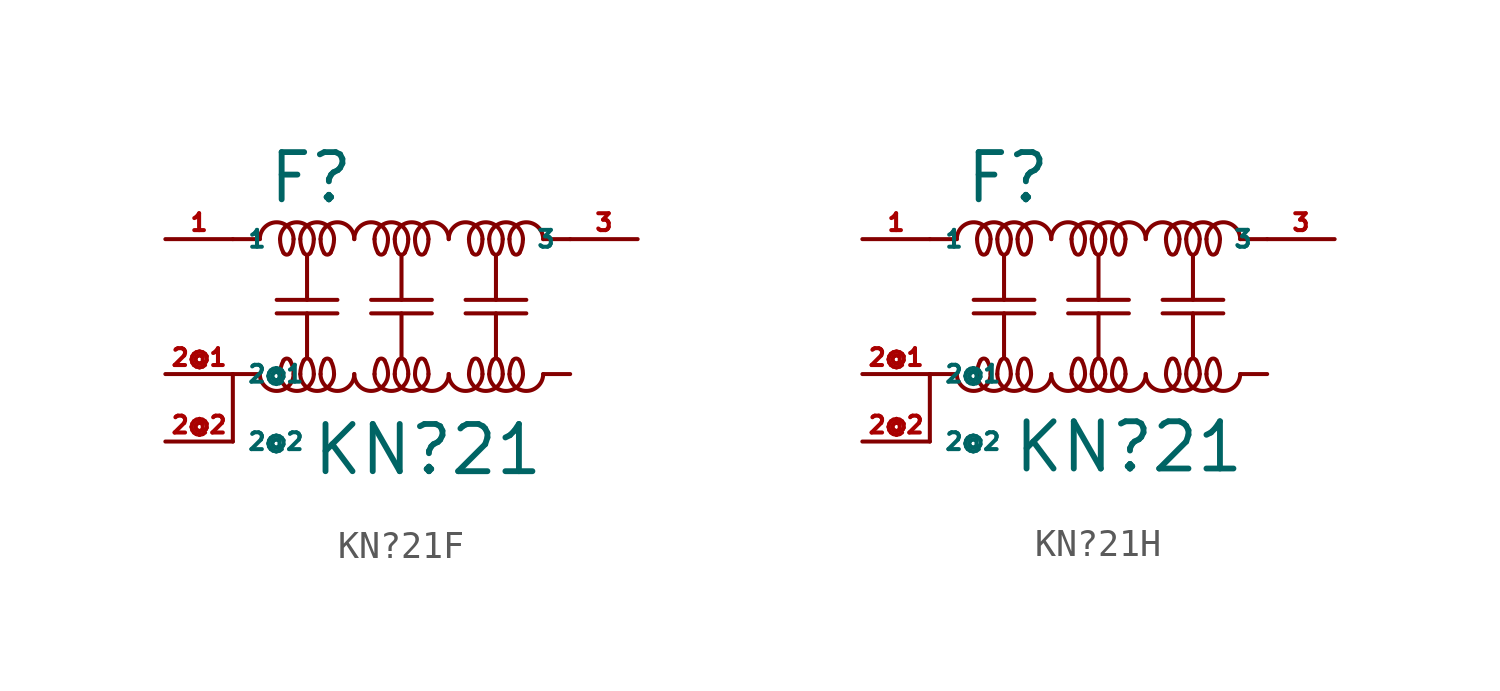
<source format=kicad_sym>
(kicad_symbol_lib
  (version 20220914)
  (generator kicad_symbol_editor)
  (symbol "KN?21F"
    (property "Reference" "F"
      (at -6.35 3.81 0)
      (effects (font (size 1.778 1.778) (thickness 0.22)) (justify left bottom)))
    (property "Value" "KN?21"
      (at -4.699 -6.426 0)
      (effects (font (size 1.778 1.778) (thickness 0.22)) (justify left bottom)))
    (symbol "KN?21F_1_1"
      (arc (start -6.604 -2.54) (mid -5.969 -3.1723) (end -5.334 -2.54) (stroke (width 0.1524) (type default)) (fill (type none)))
      (arc (start -5.842 -2.54) (mid -5.207 -3.1723) (end -4.572 -2.54) (stroke (width 0.1524) (type default)) (fill (type none)))
      (arc (start -5.842 2.54) (mid -5.81 2.278) (end -5.715 2.032) (stroke (width 0.1524) (type default)) (fill (type none)))
      (arc (start -5.715 -2.032) (mid -5.81 -2.278) (end -5.842 -2.54) (stroke (width 0.1524) (type default)) (fill (type none)))
      (arc (start -5.715 2.032) (mid -5.588 1.956) (end -5.461 2.032) (stroke (width 0.1524) (type default)) (fill (type none)))
      (arc (start -5.461 -2.032) (mid -5.588 -1.956) (end -5.715 -2.032) (stroke (width 0.1524) (type default)) (fill (type none)))
      (arc (start -5.461 2.032) (mid -5.366 2.278) (end -5.334 2.54) (stroke (width 0.1524) (type default)) (fill (type none)))
      (arc (start -5.334 -2.54) (mid -5.366 -2.278) (end -5.461 -2.032) (stroke (width 0.1524) (type default)) (fill (type none)))
      (arc (start -5.334 2.54) (mid -5.969 3.1723) (end -6.604 2.54) (stroke (width 0.1524) (type default)) (fill (type none)))
      (arc (start -5.08 -2.54) (mid -4.445 -3.1723) (end -3.81 -2.54) (stroke (width 0.1524) (type default)) (fill (type none)))
      (arc (start -5.08 2.54) (mid -5.048 2.278) (end -4.953 2.032) (stroke (width 0.1524) (type default)) (fill (type none)))
      (arc (start -4.953 -2.032) (mid -5.048 -2.278) (end -5.08 -2.54) (stroke (width 0.1524) (type default)) (fill (type none)))
      (arc (start -4.953 2.032) (mid -4.826 1.956) (end -4.699 2.032) (stroke (width 0.1524) (type default)) (fill (type none)))
      (arc (start -4.699 -2.032) (mid -4.826 -1.956) (end -4.953 -2.032) (stroke (width 0.1524) (type default)) (fill (type none)))
      (arc (start -4.699 2.032) (mid -4.604 2.278) (end -4.572 2.54) (stroke (width 0.1524) (type default)) (fill (type none)))
      (arc (start -4.572 -2.54) (mid -4.604 -2.278) (end -4.699 -2.032) (stroke (width 0.1524) (type default)) (fill (type none)))
      (arc (start -4.572 2.54) (mid -5.207 3.1723) (end -5.842 2.54) (stroke (width 0.1524) (type default)) (fill (type none)))
      (arc (start -4.318 -2.54) (mid -3.683 -3.1723) (end -3.048 -2.54) (stroke (width 0.1524) (type default)) (fill (type none)))
      (arc (start -4.318 2.54) (mid -4.286 2.278) (end -4.191 2.032) (stroke (width 0.1524) (type default)) (fill (type none)))
      (arc (start -4.191 -2.032) (mid -4.286 -2.278) (end -4.318 -2.54) (stroke (width 0.1524) (type default)) (fill (type none)))
      (arc (start -4.191 2.032) (mid -4.064 1.956) (end -3.937 2.032) (stroke (width 0.1524) (type default)) (fill (type none)))
      (arc (start -3.937 -2.032) (mid -4.064 -1.956) (end -4.191 -2.032) (stroke (width 0.1524) (type default)) (fill (type none)))
      (arc (start -3.937 2.032) (mid -3.842 2.278) (end -3.81 2.54) (stroke (width 0.1524) (type default)) (fill (type none)))
      (arc (start -3.81 -2.54) (mid -3.842 -2.278) (end -3.937 -2.032) (stroke (width 0.1524) (type default)) (fill (type none)))
      (arc (start -3.81 2.54) (mid -4.445 3.1723) (end -5.08 2.54) (stroke (width 0.1524) (type default)) (fill (type none)))
      (arc (start -3.048 -2.54) (mid -2.413 -3.1723) (end -1.778 -2.54) (stroke (width 0.1524) (type default)) (fill (type none)))
      (arc (start -3.048 2.54) (mid -3.683 3.1723) (end -4.318 2.54) (stroke (width 0.1524) (type default)) (fill (type none)))
      (arc (start -2.286 -2.54) (mid -1.651 -3.1723) (end -1.016 -2.54) (stroke (width 0.1524) (type default)) (fill (type none)))
      (arc (start -2.286 2.54) (mid -2.254 2.278) (end -2.159 2.032) (stroke (width 0.1524) (type default)) (fill (type none)))
      (arc (start -2.159 -2.032) (mid -2.254 -2.278) (end -2.286 -2.54) (stroke (width 0.1524) (type default)) (fill (type none)))
      (arc (start -2.159 2.032) (mid -2.032 1.956) (end -1.905 2.032) (stroke (width 0.1524) (type default)) (fill (type none)))
      (arc (start -1.905 -2.032) (mid -2.032 -1.956) (end -2.159 -2.032) (stroke (width 0.1524) (type default)) (fill (type none)))
      (arc (start -1.905 2.032) (mid -1.81 2.278) (end -1.778 2.54) (stroke (width 0.1524) (type default)) (fill (type none)))
      (arc (start -1.778 -2.54) (mid -1.81 -2.278) (end -1.905 -2.032) (stroke (width 0.1524) (type default)) (fill (type none)))
      (arc (start -1.778 2.54) (mid -2.413 3.1723) (end -3.048 2.54) (stroke (width 0.1524) (type default)) (fill (type none)))
      (arc (start -1.524 -2.54) (mid -0.889 -3.1723) (end -0.254 -2.54) (stroke (width 0.1524) (type default)) (fill (type none)))
      (arc (start -1.524 2.54) (mid -1.492 2.278) (end -1.397 2.032) (stroke (width 0.1524) (type default)) (fill (type none)))
      (arc (start -1.397 -2.032) (mid -1.492 -2.278) (end -1.524 -2.54) (stroke (width 0.1524) (type default)) (fill (type none)))
      (arc (start -1.397 2.032) (mid -1.27 1.956) (end -1.143 2.032) (stroke (width 0.1524) (type default)) (fill (type none)))
      (arc (start -1.143 -2.032) (mid -1.27 -1.956) (end -1.397 -2.032) (stroke (width 0.1524) (type default)) (fill (type none)))
      (arc (start -1.143 2.032) (mid -1.048 2.278) (end -1.016 2.54) (stroke (width 0.1524) (type default)) (fill (type none)))
      (arc (start -1.016 -2.54) (mid -1.048 -2.278) (end -1.143 -2.032) (stroke (width 0.1524) (type default)) (fill (type none)))
      (arc (start -1.016 2.54) (mid -1.651 3.1723) (end -2.286 2.54) (stroke (width 0.1524) (type default)) (fill (type none)))
      (arc (start -0.762 -2.54) (mid -0.127 -3.1723) (end 0.508 -2.54) (stroke (width 0.1524) (type default)) (fill (type none)))
      (arc (start -0.762 2.54) (mid -0.73 2.278) (end -0.635 2.032) (stroke (width 0.1524) (type default)) (fill (type none)))
      (arc (start -0.635 -2.032) (mid -0.73 -2.278) (end -0.762 -2.54) (stroke (width 0.1524) (type default)) (fill (type none)))
      (arc (start -0.635 2.032) (mid -0.508 1.956) (end -0.381 2.032) (stroke (width 0.1524) (type default)) (fill (type none)))
      (arc (start -0.381 -2.032) (mid -0.508 -1.956) (end -0.635 -2.032) (stroke (width 0.1524) (type default)) (fill (type none)))
      (arc (start -0.381 2.032) (mid -0.286 2.278) (end -0.254 2.54) (stroke (width 0.1524) (type default)) (fill (type none)))
      (arc (start -0.254 -2.54) (mid -0.286 -2.278) (end -0.381 -2.032) (stroke (width 0.1524) (type default)) (fill (type none)))
      (arc (start -0.254 2.54) (mid -0.889 3.1723) (end -1.524 2.54) (stroke (width 0.1524) (type default)) (fill (type none)))
      (polyline (pts (xy -7.62 -2.54) (xy -7.62 -5.08)) (stroke (width 0.152) (type default)) (fill (type none)))
      (polyline (pts (xy -6.604 -2.54) (xy -7.62 -2.54)) (stroke (width 0.152) (type default)) (fill (type none)))
      (polyline (pts (xy -6.604 2.54) (xy -7.62 2.54)) (stroke (width 0.152) (type default)) (fill (type none)))
      (polyline (pts (xy -5.969 0.254) (xy -3.683 0.254)) (stroke (width 0.152) (type default)) (fill (type none)))
      (polyline (pts (xy -4.826 -1.905) (xy -4.826 -0.254)) (stroke (width 0.152) (type default)) (fill (type none)))
      (polyline (pts (xy -4.826 1.905) (xy -4.826 0.254)) (stroke (width 0.152) (type default)) (fill (type none)))
      (polyline (pts (xy -3.683 -0.254) (xy -5.969 -0.254)) (stroke (width 0.152) (type default)) (fill (type none)))
      (polyline (pts (xy -2.413 0.254) (xy -0.127 0.254)) (stroke (width 0.152) (type default)) (fill (type none)))
      (polyline (pts (xy -1.27 -1.905) (xy -1.27 -0.254)) (stroke (width 0.152) (type default)) (fill (type none)))
      (polyline (pts (xy -1.27 1.905) (xy -1.27 0.254)) (stroke (width 0.152) (type default)) (fill (type none)))
      (polyline (pts (xy -0.127 -0.254) (xy -2.413 -0.254)) (stroke (width 0.152) (type default)) (fill (type none)))
      (polyline (pts (xy 1.143 0.254) (xy 3.429 0.254)) (stroke (width 0.152) (type default)) (fill (type none)))
      (polyline (pts (xy 2.286 -1.905) (xy 2.286 -0.254)) (stroke (width 0.152) (type default)) (fill (type none)))
      (polyline (pts (xy 2.286 1.905) (xy 2.286 0.254)) (stroke (width 0.152) (type default)) (fill (type none)))
      (polyline (pts (xy 3.429 -0.254) (xy 1.143 -0.254)) (stroke (width 0.152) (type default)) (fill (type none)))
      (polyline (pts (xy 4.064 -2.54) (xy 5.08 -2.54)) (stroke (width 0.152) (type default)) (fill (type none)))
      (polyline (pts (xy 4.064 2.54) (xy 5.08 2.54)) (stroke (width 0.152) (type default)) (fill (type none)))
      (arc (start 0.508 -2.54) (mid 1.143 -3.1723) (end 1.778 -2.54) (stroke (width 0.1524) (type default)) (fill (type none)))
      (arc (start 0.508 2.54) (mid -0.127 3.1723) (end -0.762 2.54) (stroke (width 0.1524) (type default)) (fill (type none)))
      (arc (start 1.27 -2.54) (mid 1.905 -3.1723) (end 2.54 -2.54) (stroke (width 0.1524) (type default)) (fill (type none)))
      (arc (start 1.27 2.54) (mid 1.302 2.278) (end 1.397 2.032) (stroke (width 0.1524) (type default)) (fill (type none)))
      (arc (start 1.397 -2.032) (mid 1.302 -2.278) (end 1.27 -2.54) (stroke (width 0.1524) (type default)) (fill (type none)))
      (arc (start 1.397 2.032) (mid 1.524 1.956) (end 1.651 2.032) (stroke (width 0.1524) (type default)) (fill (type none)))
      (arc (start 1.651 -2.032) (mid 1.524 -1.956) (end 1.397 -2.032) (stroke (width 0.1524) (type default)) (fill (type none)))
      (arc (start 1.651 2.032) (mid 1.746 2.278) (end 1.778 2.54) (stroke (width 0.1524) (type default)) (fill (type none)))
      (arc (start 1.778 -2.54) (mid 1.746 -2.278) (end 1.651 -2.032) (stroke (width 0.1524) (type default)) (fill (type none)))
      (arc (start 1.778 2.54) (mid 1.143 3.1723) (end 0.508 2.54) (stroke (width 0.1524) (type default)) (fill (type none)))
      (arc (start 2.032 -2.54) (mid 2.667 -3.1723) (end 3.302 -2.54) (stroke (width 0.1524) (type default)) (fill (type none)))
      (arc (start 2.032 2.54) (mid 2.064 2.278) (end 2.159 2.032) (stroke (width 0.1524) (type default)) (fill (type none)))
      (arc (start 2.159 -2.032) (mid 2.064 -2.278) (end 2.032 -2.54) (stroke (width 0.1524) (type default)) (fill (type none)))
      (arc (start 2.159 2.032) (mid 2.286 1.956) (end 2.413 2.032) (stroke (width 0.1524) (type default)) (fill (type none)))
      (arc (start 2.413 -2.032) (mid 2.286 -1.956) (end 2.159 -2.032) (stroke (width 0.1524) (type default)) (fill (type none)))
      (arc (start 2.413 2.032) (mid 2.508 2.278) (end 2.54 2.54) (stroke (width 0.1524) (type default)) (fill (type none)))
      (arc (start 2.54 -2.54) (mid 2.508 -2.278) (end 2.413 -2.032) (stroke (width 0.1524) (type default)) (fill (type none)))
      (arc (start 2.54 2.54) (mid 1.905 3.1723) (end 1.27 2.54) (stroke (width 0.1524) (type default)) (fill (type none)))
      (arc (start 2.794 -2.54) (mid 3.429 -3.1723) (end 4.064 -2.54) (stroke (width 0.1524) (type default)) (fill (type none)))
      (arc (start 2.794 2.54) (mid 2.826 2.278) (end 2.921 2.032) (stroke (width 0.1524) (type default)) (fill (type none)))
      (arc (start 2.921 -2.032) (mid 2.826 -2.278) (end 2.794 -2.54) (stroke (width 0.1524) (type default)) (fill (type none)))
      (arc (start 2.921 2.032) (mid 3.048 1.956) (end 3.175 2.032) (stroke (width 0.1524) (type default)) (fill (type none)))
      (arc (start 3.175 -2.032) (mid 3.048 -1.956) (end 2.921 -2.032) (stroke (width 0.1524) (type default)) (fill (type none)))
      (arc (start 3.175 2.032) (mid 3.27 2.278) (end 3.302 2.54) (stroke (width 0.1524) (type default)) (fill (type none)))
      (arc (start 3.302 -2.54) (mid 3.27 -2.278) (end 3.175 -2.032) (stroke (width 0.1524) (type default)) (fill (type none)))
      (arc (start 3.302 2.54) (mid 2.667 3.1723) (end 2.032 2.54) (stroke (width 0.1524) (type default)) (fill (type none)))
      (arc (start 4.064 2.54) (mid 3.429 3.1723) (end 2.794 2.54) (stroke (width 0.1524) (type default)) (fill (type none)))
      (pin passive line (at -10.16 2.54 0) (length 2.54) (name "1" (effects (font (size 0.635 0.635)))) (number "1" (effects (font (size 0.635 0.635)))))
      (pin passive line (at -10.16 -2.54 0) (length 2.54) (name "2@1" (effects (font (size 0.635 0.635)))) (number "2@1" (effects (font (size 0.635 0.635)))))
      (pin passive line (at -10.16 -5.08 0) (length 2.54) (name "2@2" (effects (font (size 0.635 0.635)))) (number "2@2" (effects (font (size 0.635 0.635)))))
      (pin passive line (at 7.62 2.54 180) (length 2.54) (name "3" (effects (font (size 0.635 0.635)))) (number "3" (effects (font (size 0.635 0.635)))))))
  (symbol "KN?21H"
    (property "Reference" "F"
      (at -6.35 3.81 0)
      (effects (font (size 1.778 1.778) (thickness 0.22)) (justify left bottom)))
    (property "Value" "KN?21"
      (at -4.547 -6.325 0)
      (effects (font (size 1.778 1.778) (thickness 0.22)) (justify left bottom)))
    (symbol "KN?21H_1_1"
      (arc (start -6.604 -2.54) (mid -5.969 -3.1723) (end -5.334 -2.54) (stroke (width 0.1524) (type default)) (fill (type none)))
      (arc (start -5.842 -2.54) (mid -5.207 -3.1723) (end -4.572 -2.54) (stroke (width 0.1524) (type default)) (fill (type none)))
      (arc (start -5.842 2.54) (mid -5.81 2.278) (end -5.715 2.032) (stroke (width 0.1524) (type default)) (fill (type none)))
      (arc (start -5.715 -2.032) (mid -5.81 -2.278) (end -5.842 -2.54) (stroke (width 0.1524) (type default)) (fill (type none)))
      (arc (start -5.715 2.032) (mid -5.588 1.956) (end -5.461 2.032) (stroke (width 0.1524) (type default)) (fill (type none)))
      (arc (start -5.461 -2.032) (mid -5.588 -1.956) (end -5.715 -2.032) (stroke (width 0.1524) (type default)) (fill (type none)))
      (arc (start -5.461 2.032) (mid -5.366 2.278) (end -5.334 2.54) (stroke (width 0.1524) (type default)) (fill (type none)))
      (arc (start -5.334 -2.54) (mid -5.366 -2.278) (end -5.461 -2.032) (stroke (width 0.1524) (type default)) (fill (type none)))
      (arc (start -5.334 2.54) (mid -5.969 3.1723) (end -6.604 2.54) (stroke (width 0.1524) (type default)) (fill (type none)))
      (arc (start -5.08 -2.54) (mid -4.445 -3.1723) (end -3.81 -2.54) (stroke (width 0.1524) (type default)) (fill (type none)))
      (arc (start -5.08 2.54) (mid -5.048 2.278) (end -4.953 2.032) (stroke (width 0.1524) (type default)) (fill (type none)))
      (arc (start -4.953 -2.032) (mid -5.048 -2.278) (end -5.08 -2.54) (stroke (width 0.1524) (type default)) (fill (type none)))
      (arc (start -4.953 2.032) (mid -4.826 1.956) (end -4.699 2.032) (stroke (width 0.1524) (type default)) (fill (type none)))
      (arc (start -4.699 -2.032) (mid -4.826 -1.956) (end -4.953 -2.032) (stroke (width 0.1524) (type default)) (fill (type none)))
      (arc (start -4.699 2.032) (mid -4.604 2.278) (end -4.572 2.54) (stroke (width 0.1524) (type default)) (fill (type none)))
      (arc (start -4.572 -2.54) (mid -4.604 -2.278) (end -4.699 -2.032) (stroke (width 0.1524) (type default)) (fill (type none)))
      (arc (start -4.572 2.54) (mid -5.207 3.1723) (end -5.842 2.54) (stroke (width 0.1524) (type default)) (fill (type none)))
      (arc (start -4.318 -2.54) (mid -3.683 -3.1723) (end -3.048 -2.54) (stroke (width 0.1524) (type default)) (fill (type none)))
      (arc (start -4.318 2.54) (mid -4.286 2.278) (end -4.191 2.032) (stroke (width 0.1524) (type default)) (fill (type none)))
      (arc (start -4.191 -2.032) (mid -4.286 -2.278) (end -4.318 -2.54) (stroke (width 0.1524) (type default)) (fill (type none)))
      (arc (start -4.191 2.032) (mid -4.064 1.956) (end -3.937 2.032) (stroke (width 0.1524) (type default)) (fill (type none)))
      (arc (start -3.937 -2.032) (mid -4.064 -1.956) (end -4.191 -2.032) (stroke (width 0.1524) (type default)) (fill (type none)))
      (arc (start -3.937 2.032) (mid -3.842 2.278) (end -3.81 2.54) (stroke (width 0.1524) (type default)) (fill (type none)))
      (arc (start -3.81 -2.54) (mid -3.842 -2.278) (end -3.937 -2.032) (stroke (width 0.1524) (type default)) (fill (type none)))
      (arc (start -3.81 2.54) (mid -4.445 3.1723) (end -5.08 2.54) (stroke (width 0.1524) (type default)) (fill (type none)))
      (arc (start -3.048 -2.54) (mid -2.413 -3.1723) (end -1.778 -2.54) (stroke (width 0.1524) (type default)) (fill (type none)))
      (arc (start -3.048 2.54) (mid -3.683 3.1723) (end -4.318 2.54) (stroke (width 0.1524) (type default)) (fill (type none)))
      (arc (start -2.286 -2.54) (mid -1.651 -3.1723) (end -1.016 -2.54) (stroke (width 0.1524) (type default)) (fill (type none)))
      (arc (start -2.286 2.54) (mid -2.254 2.278) (end -2.159 2.032) (stroke (width 0.1524) (type default)) (fill (type none)))
      (arc (start -2.159 -2.032) (mid -2.254 -2.278) (end -2.286 -2.54) (stroke (width 0.1524) (type default)) (fill (type none)))
      (arc (start -2.159 2.032) (mid -2.032 1.956) (end -1.905 2.032) (stroke (width 0.1524) (type default)) (fill (type none)))
      (arc (start -1.905 -2.032) (mid -2.032 -1.956) (end -2.159 -2.032) (stroke (width 0.1524) (type default)) (fill (type none)))
      (arc (start -1.905 2.032) (mid -1.81 2.278) (end -1.778 2.54) (stroke (width 0.1524) (type default)) (fill (type none)))
      (arc (start -1.778 -2.54) (mid -1.81 -2.278) (end -1.905 -2.032) (stroke (width 0.1524) (type default)) (fill (type none)))
      (arc (start -1.778 2.54) (mid -2.413 3.1723) (end -3.048 2.54) (stroke (width 0.1524) (type default)) (fill (type none)))
      (arc (start -1.524 -2.54) (mid -0.889 -3.1723) (end -0.254 -2.54) (stroke (width 0.1524) (type default)) (fill (type none)))
      (arc (start -1.524 2.54) (mid -1.492 2.278) (end -1.397 2.032) (stroke (width 0.1524) (type default)) (fill (type none)))
      (arc (start -1.397 -2.032) (mid -1.492 -2.278) (end -1.524 -2.54) (stroke (width 0.1524) (type default)) (fill (type none)))
      (arc (start -1.397 2.032) (mid -1.27 1.956) (end -1.143 2.032) (stroke (width 0.1524) (type default)) (fill (type none)))
      (arc (start -1.143 -2.032) (mid -1.27 -1.956) (end -1.397 -2.032) (stroke (width 0.1524) (type default)) (fill (type none)))
      (arc (start -1.143 2.032) (mid -1.048 2.278) (end -1.016 2.54) (stroke (width 0.1524) (type default)) (fill (type none)))
      (arc (start -1.016 -2.54) (mid -1.048 -2.278) (end -1.143 -2.032) (stroke (width 0.1524) (type default)) (fill (type none)))
      (arc (start -1.016 2.54) (mid -1.651 3.1723) (end -2.286 2.54) (stroke (width 0.1524) (type default)) (fill (type none)))
      (arc (start -0.762 -2.54) (mid -0.127 -3.1723) (end 0.508 -2.54) (stroke (width 0.1524) (type default)) (fill (type none)))
      (arc (start -0.762 2.54) (mid -0.73 2.278) (end -0.635 2.032) (stroke (width 0.1524) (type default)) (fill (type none)))
      (arc (start -0.635 -2.032) (mid -0.73 -2.278) (end -0.762 -2.54) (stroke (width 0.1524) (type default)) (fill (type none)))
      (arc (start -0.635 2.032) (mid -0.508 1.956) (end -0.381 2.032) (stroke (width 0.1524) (type default)) (fill (type none)))
      (arc (start -0.381 -2.032) (mid -0.508 -1.956) (end -0.635 -2.032) (stroke (width 0.1524) (type default)) (fill (type none)))
      (arc (start -0.381 2.032) (mid -0.286 2.278) (end -0.254 2.54) (stroke (width 0.1524) (type default)) (fill (type none)))
      (arc (start -0.254 -2.54) (mid -0.286 -2.278) (end -0.381 -2.032) (stroke (width 0.1524) (type default)) (fill (type none)))
      (arc (start -0.254 2.54) (mid -0.889 3.1723) (end -1.524 2.54) (stroke (width 0.1524) (type default)) (fill (type none)))
      (polyline (pts (xy -7.62 -2.54) (xy -7.62 -5.08)) (stroke (width 0.152) (type default)) (fill (type none)))
      (polyline (pts (xy -6.604 -2.54) (xy -7.62 -2.54)) (stroke (width 0.152) (type default)) (fill (type none)))
      (polyline (pts (xy -6.604 2.54) (xy -7.62 2.54)) (stroke (width 0.152) (type default)) (fill (type none)))
      (polyline (pts (xy -5.969 0.254) (xy -3.683 0.254)) (stroke (width 0.152) (type default)) (fill (type none)))
      (polyline (pts (xy -4.826 -1.905) (xy -4.826 -0.254)) (stroke (width 0.152) (type default)) (fill (type none)))
      (polyline (pts (xy -4.826 1.905) (xy -4.826 0.254)) (stroke (width 0.152) (type default)) (fill (type none)))
      (polyline (pts (xy -3.683 -0.254) (xy -5.969 -0.254)) (stroke (width 0.152) (type default)) (fill (type none)))
      (polyline (pts (xy -2.413 0.254) (xy -0.127 0.254)) (stroke (width 0.152) (type default)) (fill (type none)))
      (polyline (pts (xy -1.27 -1.905) (xy -1.27 -0.254)) (stroke (width 0.152) (type default)) (fill (type none)))
      (polyline (pts (xy -1.27 1.905) (xy -1.27 0.254)) (stroke (width 0.152) (type default)) (fill (type none)))
      (polyline (pts (xy -0.127 -0.254) (xy -2.413 -0.254)) (stroke (width 0.152) (type default)) (fill (type none)))
      (polyline (pts (xy 1.143 0.254) (xy 3.429 0.254)) (stroke (width 0.152) (type default)) (fill (type none)))
      (polyline (pts (xy 2.286 -1.905) (xy 2.286 -0.254)) (stroke (width 0.152) (type default)) (fill (type none)))
      (polyline (pts (xy 2.286 1.905) (xy 2.286 0.254)) (stroke (width 0.152) (type default)) (fill (type none)))
      (polyline (pts (xy 3.429 -0.254) (xy 1.143 -0.254)) (stroke (width 0.152) (type default)) (fill (type none)))
      (polyline (pts (xy 4.064 -2.54) (xy 5.08 -2.54)) (stroke (width 0.152) (type default)) (fill (type none)))
      (polyline (pts (xy 4.064 2.54) (xy 5.08 2.54)) (stroke (width 0.152) (type default)) (fill (type none)))
      (arc (start 0.508 -2.54) (mid 1.143 -3.1723) (end 1.778 -2.54) (stroke (width 0.1524) (type default)) (fill (type none)))
      (arc (start 0.508 2.54) (mid -0.127 3.1723) (end -0.762 2.54) (stroke (width 0.1524) (type default)) (fill (type none)))
      (arc (start 1.27 -2.54) (mid 1.905 -3.1723) (end 2.54 -2.54) (stroke (width 0.1524) (type default)) (fill (type none)))
      (arc (start 1.27 2.54) (mid 1.302 2.278) (end 1.397 2.032) (stroke (width 0.1524) (type default)) (fill (type none)))
      (arc (start 1.397 -2.032) (mid 1.302 -2.278) (end 1.27 -2.54) (stroke (width 0.1524) (type default)) (fill (type none)))
      (arc (start 1.397 2.032) (mid 1.524 1.956) (end 1.651 2.032) (stroke (width 0.1524) (type default)) (fill (type none)))
      (arc (start 1.651 -2.032) (mid 1.524 -1.956) (end 1.397 -2.032) (stroke (width 0.1524) (type default)) (fill (type none)))
      (arc (start 1.651 2.032) (mid 1.746 2.278) (end 1.778 2.54) (stroke (width 0.1524) (type default)) (fill (type none)))
      (arc (start 1.778 -2.54) (mid 1.746 -2.278) (end 1.651 -2.032) (stroke (width 0.1524) (type default)) (fill (type none)))
      (arc (start 1.778 2.54) (mid 1.143 3.1723) (end 0.508 2.54) (stroke (width 0.1524) (type default)) (fill (type none)))
      (arc (start 2.032 -2.54) (mid 2.667 -3.1723) (end 3.302 -2.54) (stroke (width 0.1524) (type default)) (fill (type none)))
      (arc (start 2.032 2.54) (mid 2.064 2.278) (end 2.159 2.032) (stroke (width 0.1524) (type default)) (fill (type none)))
      (arc (start 2.159 -2.032) (mid 2.064 -2.278) (end 2.032 -2.54) (stroke (width 0.1524) (type default)) (fill (type none)))
      (arc (start 2.159 2.032) (mid 2.286 1.956) (end 2.413 2.032) (stroke (width 0.1524) (type default)) (fill (type none)))
      (arc (start 2.413 -2.032) (mid 2.286 -1.956) (end 2.159 -2.032) (stroke (width 0.1524) (type default)) (fill (type none)))
      (arc (start 2.413 2.032) (mid 2.508 2.278) (end 2.54 2.54) (stroke (width 0.1524) (type default)) (fill (type none)))
      (arc (start 2.54 -2.54) (mid 2.508 -2.278) (end 2.413 -2.032) (stroke (width 0.1524) (type default)) (fill (type none)))
      (arc (start 2.54 2.54) (mid 1.905 3.1723) (end 1.27 2.54) (stroke (width 0.1524) (type default)) (fill (type none)))
      (arc (start 2.794 -2.54) (mid 3.429 -3.1723) (end 4.064 -2.54) (stroke (width 0.1524) (type default)) (fill (type none)))
      (arc (start 2.794 2.54) (mid 2.826 2.278) (end 2.921 2.032) (stroke (width 0.1524) (type default)) (fill (type none)))
      (arc (start 2.921 -2.032) (mid 2.826 -2.278) (end 2.794 -2.54) (stroke (width 0.1524) (type default)) (fill (type none)))
      (arc (start 2.921 2.032) (mid 3.048 1.956) (end 3.175 2.032) (stroke (width 0.1524) (type default)) (fill (type none)))
      (arc (start 3.175 -2.032) (mid 3.048 -1.956) (end 2.921 -2.032) (stroke (width 0.1524) (type default)) (fill (type none)))
      (arc (start 3.175 2.032) (mid 3.27 2.278) (end 3.302 2.54) (stroke (width 0.1524) (type default)) (fill (type none)))
      (arc (start 3.302 -2.54) (mid 3.27 -2.278) (end 3.175 -2.032) (stroke (width 0.1524) (type default)) (fill (type none)))
      (arc (start 3.302 2.54) (mid 2.667 3.1723) (end 2.032 2.54) (stroke (width 0.1524) (type default)) (fill (type none)))
      (arc (start 4.064 2.54) (mid 3.429 3.1723) (end 2.794 2.54) (stroke (width 0.1524) (type default)) (fill (type none)))
      (pin passive line (at -10.16 2.54 0) (length 2.54) (name "1" (effects (font (size 0.635 0.635)))) (number "1" (effects (font (size 0.635 0.635)))))
      (pin passive line (at -10.16 -2.54 0) (length 2.54) (name "2@1" (effects (font (size 0.635 0.635)))) (number "2@1" (effects (font (size 0.635 0.635)))))
      (pin passive line (at -10.16 -5.08 0) (length 2.54) (name "2@2" (effects (font (size 0.635 0.635)))) (number "2@2" (effects (font (size 0.635 0.635)))))
      (pin passive line (at 7.62 2.54 180) (length 2.54) (name "3" (effects (font (size 0.635 0.635)))) (number "3" (effects (font (size 0.635 0.635))))))))
</source>
